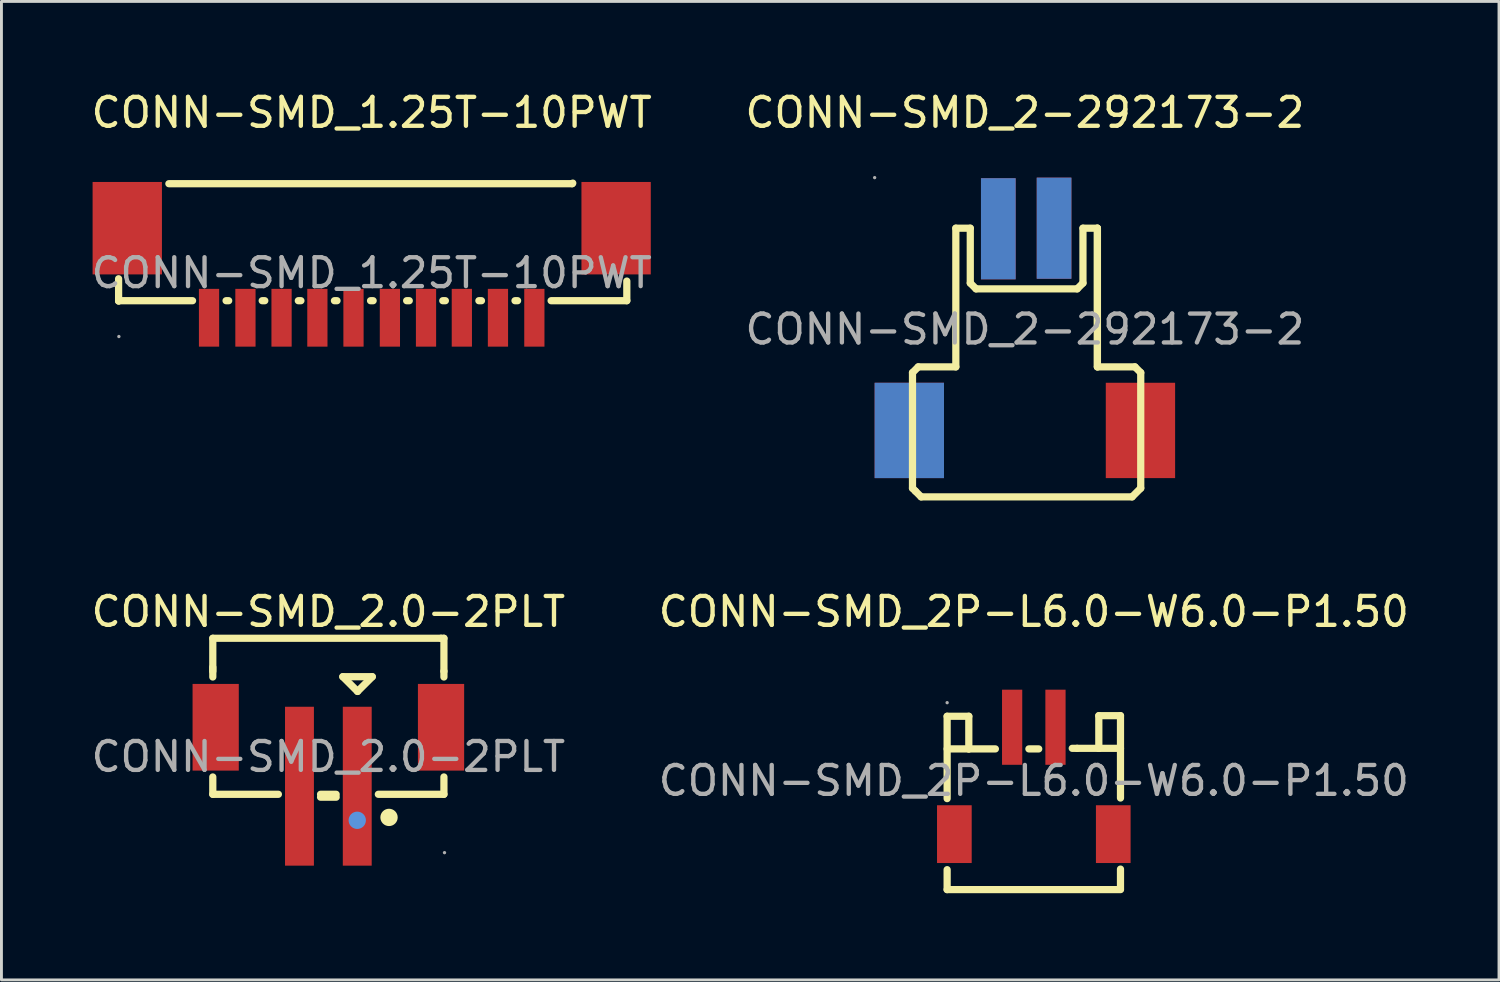
<source format=kicad_pcb>
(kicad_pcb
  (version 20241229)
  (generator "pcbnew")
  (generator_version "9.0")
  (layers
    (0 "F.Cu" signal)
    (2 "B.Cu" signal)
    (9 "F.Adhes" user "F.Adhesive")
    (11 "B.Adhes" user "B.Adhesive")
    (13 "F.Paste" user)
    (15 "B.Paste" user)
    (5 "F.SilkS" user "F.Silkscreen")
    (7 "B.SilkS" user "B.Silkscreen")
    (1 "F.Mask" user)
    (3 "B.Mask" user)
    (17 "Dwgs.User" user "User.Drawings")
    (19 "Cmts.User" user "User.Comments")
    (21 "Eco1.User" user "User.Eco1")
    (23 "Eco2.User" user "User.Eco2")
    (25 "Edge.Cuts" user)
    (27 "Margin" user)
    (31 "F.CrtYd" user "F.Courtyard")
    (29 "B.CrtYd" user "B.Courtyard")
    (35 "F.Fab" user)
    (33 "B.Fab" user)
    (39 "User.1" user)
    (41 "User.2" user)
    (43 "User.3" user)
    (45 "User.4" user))
  (footprint "CONN-SMD_2P-L6.0-W6.0-P1.50"
    (layer "F.Cu")
    (at 32.732 23.971)
    (property "Reference" "CONN-SMD_2P-L6.0-W6.0-P1.50" (at 0 -5.85 0) (layer "F.SilkS") (effects (font (size 1 1) (thickness 0.15))))
    (attr through_hole)
    (fp_line (start -3 -2.23) (end -2.25 -2.23) (stroke (width 0.25) (type solid)) (layer "F.SilkS"))
    (fp_line (start -3 0.62) (end -3 -2.23) (stroke (width 0.25) (type solid)) (layer "F.SilkS"))
    (fp_line (start -3 3.77) (end -3 3.08) (stroke (width 0.25) (type solid)) (layer "F.SilkS"))
    (fp_line (start -2.25 -2.23) (end -2.25 -1.1) (stroke (width 0.25) (type solid)) (layer "F.SilkS"))
    (fp_line (start -2.25 -1.1) (end -3 -1.1) (stroke (width 0.25) (type solid)) (layer "F.SilkS"))
    (fp_line (start -2.25 -1.1) (end -1.33 -1.1) (stroke (width 0.25) (type solid)) (layer "F.SilkS"))
    (fp_line (start -0.17 -1.1) (end 0.17 -1.1) (stroke (width 0.25) (type solid)) (layer "F.SilkS"))
    (fp_line (start 1.33 -1.12) (end 1.5 -1.12) (stroke (width 0.25) (type solid)) (layer "F.SilkS"))
    (fp_line (start 2.25 -2.25) (end 2.25 -1.12) (stroke (width 0.25) (type solid)) (layer "F.SilkS"))
    (fp_line (start 2.25 -1.12) (end 1.5 -1.12) (stroke (width 0.25) (type solid)) (layer "F.SilkS"))
    (fp_line (start 2.25 -1.12) (end 3 -1.12) (stroke (width 0.25) (type solid)) (layer "F.SilkS"))
    (fp_line (start 3 -2.25) (end 2.25 -2.25) (stroke (width 0.25) (type solid)) (layer "F.SilkS"))
    (fp_line (start 3 -2.25) (end 3 0.6) (stroke (width 0.25) (type solid)) (layer "F.SilkS"))
    (fp_line (start 3 3.06) (end 3 3.75) (stroke (width 0.25) (type solid)) (layer "F.SilkS"))
    (fp_line (start 3 3.77) (end -3 3.77) (stroke (width 0.25) (type solid)) (layer "F.SilkS"))
    (fp_circle (center -3 -2.7) (end -2.97 -2.7) (stroke (width 0.06) (type solid)) (fill no) (layer "F.Fab"))
    (fp_text user "${REFERENCE}" (at 0 0 0) (layer "F.Fab") (effects (font (size 1 1) (thickness 0.15))))
    (pad "1" smd rect (at -0.75 -1.85) (size 0.7 2.6) (layers "F.Cu" "F.Mask" "F.Paste"))
    (pad "2" smd rect (at 0.75 -1.85) (size 0.7 2.6) (layers "F.Cu" "F.Mask" "F.Paste"))
    (pad "3" smd rect (at 2.75 1.85 180) (size 1.2 2) (layers "F.Cu" "F.Mask" "F.Paste"))
    (pad "4" smd rect (at -2.75 1.85 180) (size 1.2 2) (layers "F.Cu" "F.Mask" "F.Paste")))
  (footprint "CONN-SMD_2.0-2PLT"
    (layer "F.Cu")
    (at 8.315 23.142)
    (property "Reference" "CONN-SMD_2.0-2PLT" (at 0 -5.02 0) (layer "F.SilkS") (effects (font (size 1 1) (thickness 0.15))))
    (attr through_hole)
    (fp_line (start -4 -4.1) (end 3.9 -4.1) (stroke (width 0.25) (type solid)) (layer "F.SilkS"))
    (fp_line (start -4 -2.96) (end -4 -4.1) (stroke (width 0.25) (type solid)) (layer "F.SilkS"))
    (fp_line (start -4 -2.76) (end -4 -3.1) (stroke (width 0.25) (type solid)) (layer "F.SilkS"))
    (fp_line (start -4 1.3) (end -4 0.7) (stroke (width 0.25) (type solid)) (layer "F.SilkS"))
    (fp_line (start -1.73 1.3) (end -4 1.3) (stroke (width 0.25) (type solid)) (layer "F.SilkS"))
    (fp_line (start 0.27 1.3) (end -0.27 1.3) (stroke (width 0.25) (type solid)) (layer "F.SilkS"))
    (fp_line (start 0.27 1.4) (end -0.27 1.4) (stroke (width 0.25) (type solid)) (layer "F.SilkS"))
    (fp_line (start 0.5 -2.77) (end 1.52 -2.77) (stroke (width 0.25) (type solid)) (layer "F.SilkS"))
    (fp_line (start 1.01 -2.26) (end 0.5 -2.77) (stroke (width 0.25) (type solid)) (layer "F.SilkS"))
    (fp_line (start 1.52 -2.77) (end 1.01 -2.26) (stroke (width 0.25) (type solid)) (layer "F.SilkS"))
    (fp_line (start 3.9 -4.1) (end 4 -4.1) (stroke (width 0.25) (type solid)) (layer "F.SilkS"))
    (fp_line (start 4 -4.1) (end 4 -2.96) (stroke (width 0.25) (type solid)) (layer "F.SilkS"))
    (fp_line (start 4 -2.96) (end 4 -2.76) (stroke (width 0.25) (type solid)) (layer "F.SilkS"))
    (fp_line (start 4 0.7) (end 4 1.3) (stroke (width 0.25) (type solid)) (layer "F.SilkS"))
    (fp_line (start 4 1.3) (end 1.73 1.3) (stroke (width 0.25) (type solid)) (layer "F.SilkS"))
    (fp_circle (center 2.1 2.1) (end 2.25 2.1) (stroke (width 0.3) (type solid)) (fill no) (layer "F.SilkS"))
    (fp_circle (center 1 2.2) (end 1.15 2.2) (stroke (width 0.3) (type solid)) (fill no) (layer "Cmts.User"))
    (fp_circle (center 4.02 3.32) (end 4.05 3.32) (stroke (width 0.06) (type solid)) (fill no) (layer "F.Fab"))
    (fp_text user "${REFERENCE}" (at 0 0 0) (layer "F.Fab") (effects (font (size 1 1) (thickness 0.15))))
    (pad "1" smd rect (at 1 1.02) (size 1 5.5) (layers "F.Cu" "F.Mask" "F.Paste"))
    (pad "2" smd rect (at -1 1.02) (size 1 5.5) (layers "F.Cu" "F.Mask" "F.Paste"))
    (pad "3" smd rect (at 3.9 -1.02) (size 1.6 3) (layers "F.Cu" "F.Mask" "F.Paste"))
    (pad "4" smd rect (at -3.9 -1.02) (size 1.6 3) (layers "F.Cu" "F.Mask" "F.Paste")))
  (footprint "CONN-SMD_2-292173-2"
    (layer "F.Cu")
    (at 32.423 8.348)
    (property "Reference" "CONN-SMD_2-292173-2" (at 0 -7.5 0) (layer "F.SilkS") (effects (font (size 1 1) (thickness 0.15))))
    (attr through_hole)
    (fp_line (start -3.89 1.5) (end -3.89 5.5) (stroke (width 0.25) (type solid)) (layer "F.SilkS"))
    (fp_line (start -3.89 5.5) (end -3.79 5.6) (stroke (width 0.25) (type solid)) (layer "F.SilkS"))
    (fp_line (start -3.79 5.6) (end -3.59 5.8) (stroke (width 0.25) (type solid)) (layer "F.SilkS"))
    (fp_line (start -3.69 1.3) (end -3.89 1.5) (stroke (width 0.25) (type solid)) (layer "F.SilkS"))
    (fp_line (start -2.39 -3.5) (end -2.39 1.3) (stroke (width 0.25) (type solid)) (layer "F.SilkS"))
    (fp_line (start -2.39 -3.5) (end -1.89 -3.5) (stroke (width 0.25) (type solid)) (layer "F.SilkS"))
    (fp_line (start -2.39 1.3) (end -3.69 1.3) (stroke (width 0.25) (type solid)) (layer "F.SilkS"))
    (fp_line (start -1.89 -3.5) (end -1.89 -1.6) (stroke (width 0.25) (type solid)) (layer "F.SilkS"))
    (fp_line (start -1.89 -1.6) (end -1.69 -1.4) (stroke (width 0.25) (type solid)) (layer "F.SilkS"))
    (fp_line (start -1.69 -1.4) (end 1.81 -1.4) (stroke (width 0.25) (type solid)) (layer "F.SilkS"))
    (fp_line (start 1.81 -1.4) (end 2.01 -1.6) (stroke (width 0.25) (type solid)) (layer "F.SilkS"))
    (fp_line (start 2.01 -3.5) (end 2.51 -3.5) (stroke (width 0.25) (type solid)) (layer "F.SilkS"))
    (fp_line (start 2.01 -1.6) (end 2.01 -3.5) (stroke (width 0.25) (type solid)) (layer "F.SilkS"))
    (fp_line (start 2.51 -3.5) (end 2.51 1.3) (stroke (width 0.25) (type solid)) (layer "F.SilkS"))
    (fp_line (start 2.51 -3.5) (end 2.51 1.3) (stroke (width 0.25) (type solid)) (layer "F.SilkS"))
    (fp_line (start 2.51 1.3) (end 3.81 1.3) (stroke (width 0.25) (type solid)) (layer "F.SilkS"))
    (fp_line (start 3.71 5.8) (end -3.59 5.8) (stroke (width 0.25) (type solid)) (layer "F.SilkS"))
    (fp_line (start 3.81 1.3) (end 4.01 1.5) (stroke (width 0.25) (type solid)) (layer "F.SilkS"))
    (fp_line (start 4.01 1.5) (end 4.01 5.5) (stroke (width 0.25) (type solid)) (layer "F.SilkS"))
    (fp_line (start 4.01 5.5) (end 3.71 5.8) (stroke (width 0.25) (type solid)) (layer "F.SilkS"))
    (fp_circle (center -5.2 -5.25) (end -5.17 -5.25) (stroke (width 0.06) (type solid)) (fill no) (layer "F.Fab"))
    (fp_text user "${REFERENCE}" (at 0 0 0) (layer "F.Fab") (effects (font (size 1 1) (thickness 0.15))))
    (pad "1" thru_hole rect (at -0.92 -3.48) (size 1.2 3.5) (drill 0.000051) (layers "F.Cu" "F.Mask" "F.Paste"))
    (pad "2" thru_hole rect (at 1.01 -3.5) (size 1.2 3.5) (drill 0.000051) (layers "F.Cu" "F.Mask" "F.Paste"))
    (pad "3" smd rect (at 4 3.5 90) (size 3.3 2.4) (layers "F.Cu" "F.Mask" "F.Paste"))
    (pad "4" thru_hole rect (at -4 3.5 90) (size 3.3 2.4) (drill 0.000051) (layers "F.Cu" "F.Mask" "F.Paste")))
  (footprint "CONN-SMD_1.25T-10PWT"
    (layer "F.Cu")
    (at 9.815 6.398)
    (property "Reference" "CONN-SMD_1.25T-10PWT" (at 0 -5.55 0) (layer "F.SilkS") (effects (font (size 1 1) (thickness 0.15))))
    (attr through_hole)
    (fp_line (start -8.76 0.97) (end -8.76 0.2) (stroke (width 0.25) (type solid)) (layer "F.SilkS"))
    (fp_line (start -8.75 0.96) (end -8.76 0.97) (stroke (width 0.25) (type solid)) (layer "F.SilkS"))
    (fp_line (start -7.02 -3.09) (end 6.94 -3.09) (stroke (width 0.25) (type solid)) (layer "F.SilkS"))
    (fp_line (start -6.2 0.96) (end -8.75 0.96) (stroke (width 0.25) (type solid)) (layer "F.SilkS"))
    (fp_line (start -4.95 0.96) (end -5.04 0.96) (stroke (width 0.25) (type solid)) (layer "F.SilkS"))
    (fp_line (start -3.7 0.96) (end -3.79 0.96) (stroke (width 0.25) (type solid)) (layer "F.SilkS"))
    (fp_line (start -2.45 0.96) (end -2.54 0.96) (stroke (width 0.25) (type solid)) (layer "F.SilkS"))
    (fp_line (start -1.2 0.96) (end -1.29 0.96) (stroke (width 0.25) (type solid)) (layer "F.SilkS"))
    (fp_line (start 0.05 0.96) (end -0.04 0.96) (stroke (width 0.25) (type solid)) (layer "F.SilkS"))
    (fp_line (start 1.3 0.96) (end 1.21 0.96) (stroke (width 0.25) (type solid)) (layer "F.SilkS"))
    (fp_line (start 2.55 0.96) (end 2.46 0.96) (stroke (width 0.25) (type solid)) (layer "F.SilkS"))
    (fp_line (start 3.8 0.96) (end 3.71 0.96) (stroke (width 0.25) (type solid)) (layer "F.SilkS"))
    (fp_line (start 5.05 0.96) (end 4.96 0.96) (stroke (width 0.25) (type solid)) (layer "F.SilkS"))
    (fp_line (start 6.94 -3.09) (end 6.96 -3.11) (stroke (width 0.25) (type solid)) (layer "F.SilkS"))
    (fp_line (start 8.83 0.28) (end 8.83 0.96) (stroke (width 0.25) (type solid)) (layer "F.SilkS"))
    (fp_line (start 8.83 0.96) (end 6.21 0.96) (stroke (width 0.25) (type solid)) (layer "F.SilkS"))
    (fp_circle (center -8.75 2.2) (end -8.72 2.2) (stroke (width 0.06) (type solid)) (fill no) (layer "F.Fab"))
    (fp_text user "${REFERENCE}" (at 0 0 0) (layer "F.Fab") (effects (font (size 1 1) (thickness 0.15))))
    (pad "0" smd rect (at -8.46 -1.55) (size 2.4 3.2) (layers "F.Cu" "F.Mask" "F.Paste"))
    (pad "0" smd rect (at 8.46 -1.55) (size 2.4 3.2) (layers "F.Cu" "F.Mask" "F.Paste"))
    (pad "1" smd rect (at -5.63 1.55) (size 0.7 2) (layers "F.Cu" "F.Mask" "F.Paste"))
    (pad "2" smd rect (at -4.37 1.55) (size 0.7 2) (layers "F.Cu" "F.Mask" "F.Paste"))
    (pad "3" smd rect (at -3.12 1.55) (size 0.7 2) (layers "F.Cu" "F.Mask" "F.Paste"))
    (pad "4" smd rect (at -1.88 1.55) (size 0.7 2) (layers "F.Cu" "F.Mask" "F.Paste"))
    (pad "5" smd rect (at -0.63 1.55) (size 0.7 2) (layers "F.Cu" "F.Mask" "F.Paste"))
    (pad "6" smd rect (at 0.63 1.55) (size 0.7 2) (layers "F.Cu" "F.Mask" "F.Paste"))
    (pad "7" smd rect (at 1.88 1.55) (size 0.7 2) (layers "F.Cu" "F.Mask" "F.Paste"))
    (pad "8" smd rect (at 3.12 1.55) (size 0.7 2) (layers "F.Cu" "F.Mask" "F.Paste"))
    (pad "9" smd rect (at 4.37 1.55) (size 0.7 2) (layers "F.Cu" "F.Mask" "F.Paste"))
    (pad "10" smd rect (at 5.63 1.55) (size 0.7 2) (layers "F.Cu" "F.Mask" "F.Paste")))
  (gr_rect
    (start -3 -3)
    (end 48.833 30.866)
    (stroke (width 0.1) (type default))
    (fill no)
    (layer "Edge.Cuts")))
</source>
